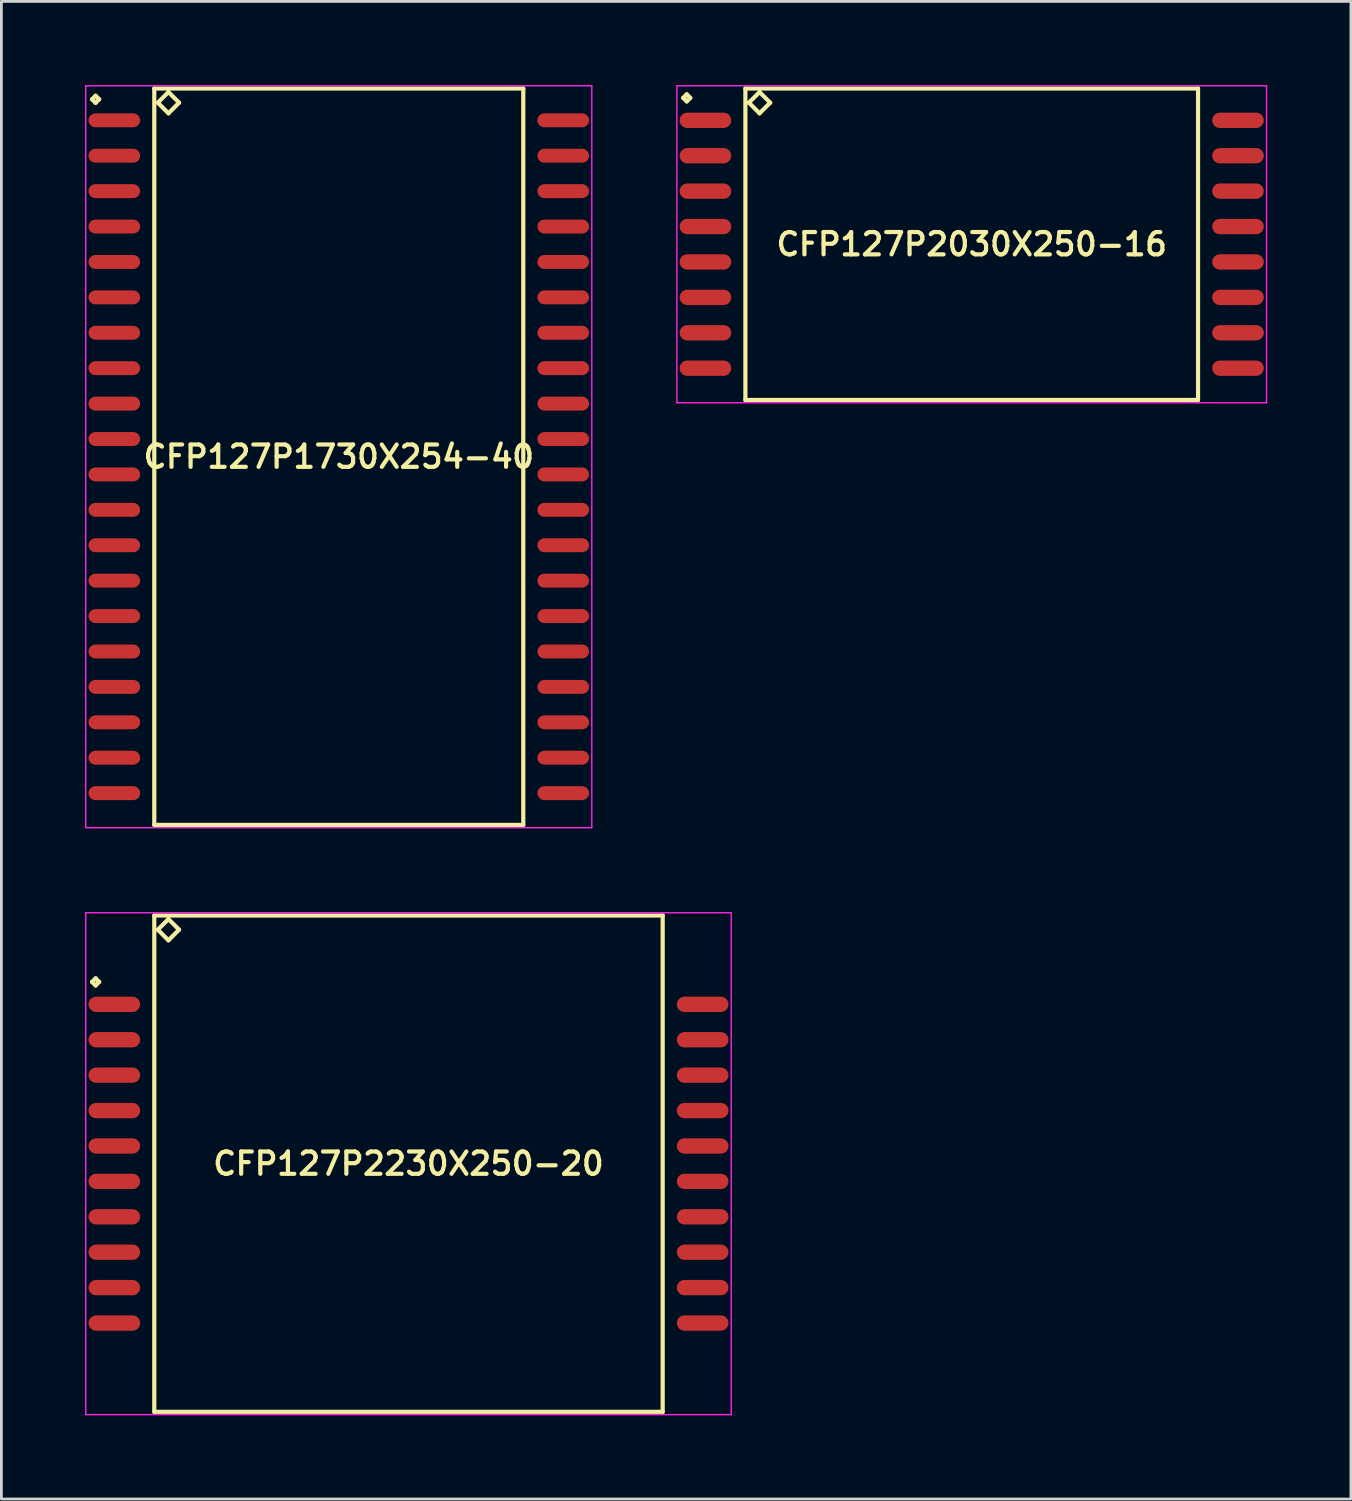
<source format=kicad_pcb>
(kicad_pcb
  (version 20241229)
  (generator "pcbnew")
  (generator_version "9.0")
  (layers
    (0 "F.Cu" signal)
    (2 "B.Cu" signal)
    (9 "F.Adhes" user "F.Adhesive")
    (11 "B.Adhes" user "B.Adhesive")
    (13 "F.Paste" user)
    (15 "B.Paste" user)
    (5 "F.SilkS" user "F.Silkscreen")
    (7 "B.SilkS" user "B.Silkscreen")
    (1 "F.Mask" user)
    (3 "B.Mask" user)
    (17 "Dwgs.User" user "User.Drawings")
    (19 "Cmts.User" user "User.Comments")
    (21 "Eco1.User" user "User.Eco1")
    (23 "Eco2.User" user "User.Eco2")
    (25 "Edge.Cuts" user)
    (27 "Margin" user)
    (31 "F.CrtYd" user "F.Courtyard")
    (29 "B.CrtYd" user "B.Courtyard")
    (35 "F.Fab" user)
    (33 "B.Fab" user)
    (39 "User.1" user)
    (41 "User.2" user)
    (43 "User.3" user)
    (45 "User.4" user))
  (footprint "CFP127P2230X250-20"
    (layer "F.Cu")
    (at 11.6 38.685)
    (property "Reference" "CFP127P2230X250-20" (at 0 0 0) (layer "F.SilkS") (effects (font (size 0.8 0.8) (thickness 0.15))))
    (attr smd)
    (fp_line (start -11.348 -6.519) (end -11.221 -6.646) (stroke (width 0.15) (type solid)) (layer "F.SilkS"))
    (fp_line (start -11.221 -6.646) (end -11.094 -6.519) (stroke (width 0.15) (type solid)) (layer "F.SilkS"))
    (fp_line (start -11.221 -6.392) (end -11.348 -6.519) (stroke (width 0.15) (type solid)) (layer "F.SilkS"))
    (fp_line (start -11.094 -6.519) (end -11.221 -6.392) (stroke (width 0.15) (type solid)) (layer "F.SilkS"))
    (fp_line (start -9.117 -8.9) (end -9.117 8.9) (stroke (width 0.15) (type solid)) (layer "F.SilkS"))
    (fp_line (start -9.117 8.9) (end 9.117 8.9) (stroke (width 0.15) (type solid)) (layer "F.SilkS"))
    (fp_line (start -8.99 -8.392) (end -8.609 -8.773) (stroke (width 0.15) (type solid)) (layer "F.SilkS"))
    (fp_line (start -8.609 -8.773) (end -8.228 -8.392) (stroke (width 0.15) (type solid)) (layer "F.SilkS"))
    (fp_line (start -8.609 -8.011) (end -8.99 -8.392) (stroke (width 0.15) (type solid)) (layer "F.SilkS"))
    (fp_line (start -8.228 -8.392) (end -8.609 -8.011) (stroke (width 0.15) (type solid)) (layer "F.SilkS"))
    (fp_line (start 9.117 -8.9) (end -9.117 -8.9) (stroke (width 0.15) (type solid)) (layer "F.SilkS"))
    (fp_line (start 9.117 8.9) (end 9.117 -8.9) (stroke (width 0.15) (type solid)) (layer "F.SilkS"))
    (fp_line (start -11.575 -9) (end 11.575 -9) (stroke (width 0.05) (type solid)) (layer "F.CrtYd"))
    (fp_line (start -11.575 9) (end -11.575 -9) (stroke (width 0.05) (type solid)) (layer "F.CrtYd"))
    (fp_line (start 11.575 -9) (end 11.575 9) (stroke (width 0.05) (type solid)) (layer "F.CrtYd"))
    (fp_line (start 11.575 9) (end -11.575 9) (stroke (width 0.05) (type solid)) (layer "F.CrtYd"))
    (pad "1" smd oval (at -10.55 -5.715) (size 1.85 0.55) (layers "F.Cu" "F.Mask" "F.Paste"))
    (pad "2" smd oval (at -10.55 -4.445) (size 1.85 0.55) (layers "F.Cu" "F.Mask" "F.Paste"))
    (pad "3" smd oval (at -10.55 -3.175) (size 1.85 0.55) (layers "F.Cu" "F.Mask" "F.Paste"))
    (pad "4" smd oval (at -10.55 -1.905) (size 1.85 0.55) (layers "F.Cu" "F.Mask" "F.Paste"))
    (pad "5" smd oval (at -10.55 -0.635) (size 1.85 0.55) (layers "F.Cu" "F.Mask" "F.Paste"))
    (pad "6" smd oval (at -10.55 0.635) (size 1.85 0.55) (layers "F.Cu" "F.Mask" "F.Paste"))
    (pad "7" smd oval (at -10.55 1.905) (size 1.85 0.55) (layers "F.Cu" "F.Mask" "F.Paste"))
    (pad "8" smd oval (at -10.55 3.175) (size 1.85 0.55) (layers "F.Cu" "F.Mask" "F.Paste"))
    (pad "9" smd oval (at -10.55 4.445) (size 1.85 0.55) (layers "F.Cu" "F.Mask" "F.Paste"))
    (pad "10" smd oval (at -10.55 5.715) (size 1.85 0.55) (layers "F.Cu" "F.Mask" "F.Paste"))
    (pad "11" smd oval (at 10.55 5.715) (size 1.85 0.55) (layers "F.Cu" "F.Mask" "F.Paste"))
    (pad "12" smd oval (at 10.55 4.445) (size 1.85 0.55) (layers "F.Cu" "F.Mask" "F.Paste"))
    (pad "13" smd oval (at 10.55 3.175) (size 1.85 0.55) (layers "F.Cu" "F.Mask" "F.Paste"))
    (pad "14" smd oval (at 10.55 1.905) (size 1.85 0.55) (layers "F.Cu" "F.Mask" "F.Paste"))
    (pad "15" smd oval (at 10.55 0.635) (size 1.85 0.55) (layers "F.Cu" "F.Mask" "F.Paste"))
    (pad "16" smd oval (at 10.55 -0.635) (size 1.85 0.55) (layers "F.Cu" "F.Mask" "F.Paste"))
    (pad "17" smd oval (at 10.55 -1.905) (size 1.85 0.55) (layers "F.Cu" "F.Mask" "F.Paste"))
    (pad "18" smd oval (at 10.55 -3.175) (size 1.85 0.55) (layers "F.Cu" "F.Mask" "F.Paste"))
    (pad "19" smd oval (at 10.55 -4.445) (size 1.85 0.55) (layers "F.Cu" "F.Mask" "F.Paste"))
    (pad "20" smd oval (at 10.55 -5.715) (size 1.85 0.55) (layers "F.Cu" "F.Mask" "F.Paste")))
  (footprint "CFP127P1730X254-40"
    (layer "F.Cu")
    (at 9.1 13.33)
    (property "Reference" "CFP127P1730X254-40" (at 0 0 0) (layer "F.SilkS") (effects (font (size 0.8 0.8) (thickness 0.15))))
    (attr smd)
    (fp_line (start -8.848 -12.819) (end -8.721 -12.946) (stroke (width 0.15) (type solid)) (layer "F.SilkS"))
    (fp_line (start -8.721 -12.946) (end -8.594 -12.819) (stroke (width 0.15) (type solid)) (layer "F.SilkS"))
    (fp_line (start -8.721 -12.692) (end -8.848 -12.819) (stroke (width 0.15) (type solid)) (layer "F.SilkS"))
    (fp_line (start -8.594 -12.819) (end -8.721 -12.692) (stroke (width 0.15) (type solid)) (layer "F.SilkS"))
    (fp_line (start -6.617 -13.205) (end -6.617 13.205) (stroke (width 0.15) (type solid)) (layer "F.SilkS"))
    (fp_line (start -6.617 13.205) (end 6.617 13.205) (stroke (width 0.15) (type solid)) (layer "F.SilkS"))
    (fp_line (start -6.49 -12.697) (end -6.109 -13.078) (stroke (width 0.15) (type solid)) (layer "F.SilkS"))
    (fp_line (start -6.109 -13.078) (end -5.728 -12.697) (stroke (width 0.15) (type solid)) (layer "F.SilkS"))
    (fp_line (start -6.109 -12.316) (end -6.49 -12.697) (stroke (width 0.15) (type solid)) (layer "F.SilkS"))
    (fp_line (start -5.728 -12.697) (end -6.109 -12.316) (stroke (width 0.15) (type solid)) (layer "F.SilkS"))
    (fp_line (start 6.617 -13.205) (end -6.617 -13.205) (stroke (width 0.15) (type solid)) (layer "F.SilkS"))
    (fp_line (start 6.617 13.205) (end 6.617 -13.205) (stroke (width 0.15) (type solid)) (layer "F.SilkS"))
    (fp_line (start -9.075 -13.305) (end 9.075 -13.305) (stroke (width 0.05) (type solid)) (layer "F.CrtYd"))
    (fp_line (start -9.075 13.305) (end -9.075 -13.305) (stroke (width 0.05) (type solid)) (layer "F.CrtYd"))
    (fp_line (start 9.075 -13.305) (end 9.075 13.305) (stroke (width 0.05) (type solid)) (layer "F.CrtYd"))
    (fp_line (start 9.075 13.305) (end -9.075 13.305) (stroke (width 0.05) (type solid)) (layer "F.CrtYd"))
    (pad "1" smd oval (at -8.05 -12.065) (size 1.85 0.5) (layers "F.Cu" "F.Mask" "F.Paste"))
    (pad "2" smd oval (at -8.05 -10.795) (size 1.85 0.5) (layers "F.Cu" "F.Mask" "F.Paste"))
    (pad "3" smd oval (at -8.05 -9.525) (size 1.85 0.5) (layers "F.Cu" "F.Mask" "F.Paste"))
    (pad "4" smd oval (at -8.05 -8.255) (size 1.85 0.5) (layers "F.Cu" "F.Mask" "F.Paste"))
    (pad "5" smd oval (at -8.05 -6.985) (size 1.85 0.5) (layers "F.Cu" "F.Mask" "F.Paste"))
    (pad "6" smd oval (at -8.05 -5.715) (size 1.85 0.5) (layers "F.Cu" "F.Mask" "F.Paste"))
    (pad "7" smd oval (at -8.05 -4.445) (size 1.85 0.5) (layers "F.Cu" "F.Mask" "F.Paste"))
    (pad "8" smd oval (at -8.05 -3.175) (size 1.85 0.5) (layers "F.Cu" "F.Mask" "F.Paste"))
    (pad "9" smd oval (at -8.05 -1.905) (size 1.85 0.5) (layers "F.Cu" "F.Mask" "F.Paste"))
    (pad "10" smd oval (at -8.05 -0.635) (size 1.85 0.5) (layers "F.Cu" "F.Mask" "F.Paste"))
    (pad "11" smd oval (at -8.05 0.635) (size 1.85 0.5) (layers "F.Cu" "F.Mask" "F.Paste"))
    (pad "12" smd oval (at -8.05 1.905) (size 1.85 0.5) (layers "F.Cu" "F.Mask" "F.Paste"))
    (pad "13" smd oval (at -8.05 3.175) (size 1.85 0.5) (layers "F.Cu" "F.Mask" "F.Paste"))
    (pad "14" smd oval (at -8.05 4.445) (size 1.85 0.5) (layers "F.Cu" "F.Mask" "F.Paste"))
    (pad "15" smd oval (at -8.05 5.715) (size 1.85 0.5) (layers "F.Cu" "F.Mask" "F.Paste"))
    (pad "16" smd oval (at -8.05 6.985) (size 1.85 0.5) (layers "F.Cu" "F.Mask" "F.Paste"))
    (pad "17" smd oval (at -8.05 8.255) (size 1.85 0.5) (layers "F.Cu" "F.Mask" "F.Paste"))
    (pad "18" smd oval (at -8.05 9.525) (size 1.85 0.5) (layers "F.Cu" "F.Mask" "F.Paste"))
    (pad "19" smd oval (at -8.05 10.795) (size 1.85 0.5) (layers "F.Cu" "F.Mask" "F.Paste"))
    (pad "20" smd oval (at -8.05 12.065) (size 1.85 0.5) (layers "F.Cu" "F.Mask" "F.Paste"))
    (pad "21" smd oval (at 8.05 12.065) (size 1.85 0.5) (layers "F.Cu" "F.Mask" "F.Paste"))
    (pad "22" smd oval (at 8.05 10.795) (size 1.85 0.5) (layers "F.Cu" "F.Mask" "F.Paste"))
    (pad "23" smd oval (at 8.05 9.525) (size 1.85 0.5) (layers "F.Cu" "F.Mask" "F.Paste"))
    (pad "24" smd oval (at 8.05 8.255) (size 1.85 0.5) (layers "F.Cu" "F.Mask" "F.Paste"))
    (pad "25" smd oval (at 8.05 6.985) (size 1.85 0.5) (layers "F.Cu" "F.Mask" "F.Paste"))
    (pad "26" smd oval (at 8.05 5.715) (size 1.85 0.5) (layers "F.Cu" "F.Mask" "F.Paste"))
    (pad "27" smd oval (at 8.05 4.445) (size 1.85 0.5) (layers "F.Cu" "F.Mask" "F.Paste"))
    (pad "28" smd oval (at 8.05 3.175) (size 1.85 0.5) (layers "F.Cu" "F.Mask" "F.Paste"))
    (pad "29" smd oval (at 8.05 1.905) (size 1.85 0.5) (layers "F.Cu" "F.Mask" "F.Paste"))
    (pad "30" smd oval (at 8.05 0.635) (size 1.85 0.5) (layers "F.Cu" "F.Mask" "F.Paste"))
    (pad "31" smd oval (at 8.05 -0.635) (size 1.85 0.5) (layers "F.Cu" "F.Mask" "F.Paste"))
    (pad "32" smd oval (at 8.05 -1.905) (size 1.85 0.5) (layers "F.Cu" "F.Mask" "F.Paste"))
    (pad "33" smd oval (at 8.05 -3.175) (size 1.85 0.5) (layers "F.Cu" "F.Mask" "F.Paste"))
    (pad "34" smd oval (at 8.05 -4.445) (size 1.85 0.5) (layers "F.Cu" "F.Mask" "F.Paste"))
    (pad "35" smd oval (at 8.05 -5.715) (size 1.85 0.5) (layers "F.Cu" "F.Mask" "F.Paste"))
    (pad "36" smd oval (at 8.05 -6.985) (size 1.85 0.5) (layers "F.Cu" "F.Mask" "F.Paste"))
    (pad "37" smd oval (at 8.05 -8.255) (size 1.85 0.5) (layers "F.Cu" "F.Mask" "F.Paste"))
    (pad "38" smd oval (at 8.05 -9.525) (size 1.85 0.5) (layers "F.Cu" "F.Mask" "F.Paste"))
    (pad "39" smd oval (at 8.05 -10.795) (size 1.85 0.5) (layers "F.Cu" "F.Mask" "F.Paste"))
    (pad "40" smd oval (at 8.05 -12.065) (size 1.85 0.5) (layers "F.Cu" "F.Mask" "F.Paste")))
  (footprint "CFP127P2030X250-16"
    (layer "F.Cu")
    (at 31.8 5.71)
    (property "Reference" "CFP127P2030X250-16" (at 0 0 0) (layer "F.SilkS") (effects (font (size 0.8 0.8) (thickness 0.15))))
    (attr smd)
    (fp_line (start -10.348 -5.249) (end -10.221 -5.376) (stroke (width 0.15) (type solid)) (layer "F.SilkS"))
    (fp_line (start -10.221 -5.376) (end -10.094 -5.249) (stroke (width 0.15) (type solid)) (layer "F.SilkS"))
    (fp_line (start -10.221 -5.122) (end -10.348 -5.249) (stroke (width 0.15) (type solid)) (layer "F.SilkS"))
    (fp_line (start -10.094 -5.249) (end -10.221 -5.122) (stroke (width 0.15) (type solid)) (layer "F.SilkS"))
    (fp_line (start -8.117 -5.585) (end -8.117 5.585) (stroke (width 0.15) (type solid)) (layer "F.SilkS"))
    (fp_line (start -8.117 5.585) (end 8.117 5.585) (stroke (width 0.15) (type solid)) (layer "F.SilkS"))
    (fp_line (start -7.99 -5.077) (end -7.609 -5.458) (stroke (width 0.15) (type solid)) (layer "F.SilkS"))
    (fp_line (start -7.609 -5.458) (end -7.228 -5.077) (stroke (width 0.15) (type solid)) (layer "F.SilkS"))
    (fp_line (start -7.609 -4.696) (end -7.99 -5.077) (stroke (width 0.15) (type solid)) (layer "F.SilkS"))
    (fp_line (start -7.228 -5.077) (end -7.609 -4.696) (stroke (width 0.15) (type solid)) (layer "F.SilkS"))
    (fp_line (start 8.117 -5.585) (end -8.117 -5.585) (stroke (width 0.15) (type solid)) (layer "F.SilkS"))
    (fp_line (start 8.117 5.585) (end 8.117 -5.585) (stroke (width 0.15) (type solid)) (layer "F.SilkS"))
    (fp_line (start -10.575 -5.685) (end 10.575 -5.685) (stroke (width 0.05) (type solid)) (layer "F.CrtYd"))
    (fp_line (start -10.575 5.685) (end -10.575 -5.685) (stroke (width 0.05) (type solid)) (layer "F.CrtYd"))
    (fp_line (start 10.575 -5.685) (end 10.575 5.685) (stroke (width 0.05) (type solid)) (layer "F.CrtYd"))
    (fp_line (start 10.575 5.685) (end -10.575 5.685) (stroke (width 0.05) (type solid)) (layer "F.CrtYd"))
    (pad "1" smd oval (at -9.55 -4.445) (size 1.85 0.55) (layers "F.Cu" "F.Mask" "F.Paste"))
    (pad "2" smd oval (at -9.55 -3.175) (size 1.85 0.55) (layers "F.Cu" "F.Mask" "F.Paste"))
    (pad "3" smd oval (at -9.55 -1.905) (size 1.85 0.55) (layers "F.Cu" "F.Mask" "F.Paste"))
    (pad "4" smd oval (at -9.55 -0.635) (size 1.85 0.55) (layers "F.Cu" "F.Mask" "F.Paste"))
    (pad "5" smd oval (at -9.55 0.635) (size 1.85 0.55) (layers "F.Cu" "F.Mask" "F.Paste"))
    (pad "6" smd oval (at -9.55 1.905) (size 1.85 0.55) (layers "F.Cu" "F.Mask" "F.Paste"))
    (pad "7" smd oval (at -9.55 3.175) (size 1.85 0.55) (layers "F.Cu" "F.Mask" "F.Paste"))
    (pad "8" smd oval (at -9.55 4.445) (size 1.85 0.55) (layers "F.Cu" "F.Mask" "F.Paste"))
    (pad "9" smd oval (at 9.55 4.445) (size 1.85 0.55) (layers "F.Cu" "F.Mask" "F.Paste"))
    (pad "10" smd oval (at 9.55 3.175) (size 1.85 0.55) (layers "F.Cu" "F.Mask" "F.Paste"))
    (pad "11" smd oval (at 9.55 1.905) (size 1.85 0.55) (layers "F.Cu" "F.Mask" "F.Paste"))
    (pad "12" smd oval (at 9.55 0.635) (size 1.85 0.55) (layers "F.Cu" "F.Mask" "F.Paste"))
    (pad "13" smd oval (at 9.55 -0.635) (size 1.85 0.55) (layers "F.Cu" "F.Mask" "F.Paste"))
    (pad "14" smd oval (at 9.55 -1.905) (size 1.85 0.55) (layers "F.Cu" "F.Mask" "F.Paste"))
    (pad "15" smd oval (at 9.55 -3.175) (size 1.85 0.55) (layers "F.Cu" "F.Mask" "F.Paste"))
    (pad "16" smd oval (at 9.55 -4.445) (size 1.85 0.55) (layers "F.Cu" "F.Mask" "F.Paste")))
  (gr_rect
    (start -3 -3)
    (end 45.4 50.71)
    (stroke (width 0.1) (type default))
    (fill no)
    (layer "Edge.Cuts")))
</source>
